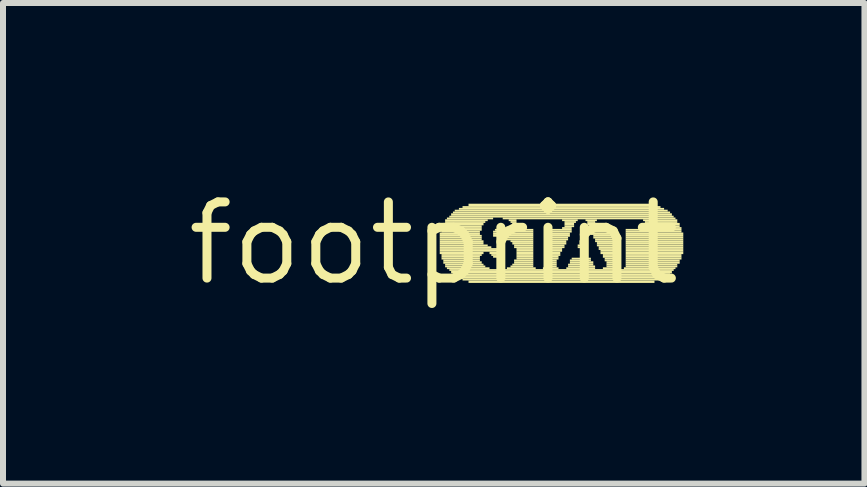
<source format=kicad_pcb>
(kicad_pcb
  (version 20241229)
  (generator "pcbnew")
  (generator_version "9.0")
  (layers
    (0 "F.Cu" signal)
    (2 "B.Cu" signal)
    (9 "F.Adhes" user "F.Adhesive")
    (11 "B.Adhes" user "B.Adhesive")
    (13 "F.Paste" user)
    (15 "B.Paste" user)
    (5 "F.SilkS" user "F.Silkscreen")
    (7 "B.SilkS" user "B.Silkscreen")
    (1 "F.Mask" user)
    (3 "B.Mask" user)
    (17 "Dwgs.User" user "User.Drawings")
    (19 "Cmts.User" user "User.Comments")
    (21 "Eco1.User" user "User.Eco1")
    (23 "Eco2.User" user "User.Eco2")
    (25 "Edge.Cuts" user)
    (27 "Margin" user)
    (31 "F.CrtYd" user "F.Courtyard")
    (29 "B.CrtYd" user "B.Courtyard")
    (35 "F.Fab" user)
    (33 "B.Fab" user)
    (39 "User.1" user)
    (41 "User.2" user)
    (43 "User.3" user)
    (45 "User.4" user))
  (footprint "footprint"
    (layer "F.Cu")
    (at 4.18 1.006)
    (property "Reference" "footprint" (at 0 0 0) (layer "F.SilkS") (effects (font (size 1.27 1.27) (thickness 0.15))))
    (fp_poly (pts (xy 0.1 -0.14) (xy 0.77 -0.14) (xy 0.77 -0.18) (xy 0.1 -0.18)) (stroke (width 0) (type solid)) (fill yes) (layer "F.SilkS"))
    (fp_poly (pts (xy 0.1 -0.11) (xy 0.8 -0.11) (xy 0.8 -0.14) (xy 0.1 -0.14)) (stroke (width 0) (type solid)) (fill yes) (layer "F.SilkS"))
    (fp_poly (pts (xy 0.1 -0.08) (xy 0.8 -0.08) (xy 0.8 -0.11) (xy 0.1 -0.11)) (stroke (width 0) (type solid)) (fill yes) (layer "F.SilkS"))
    (fp_poly (pts (xy 0.1 -0.05) (xy 0.8 -0.05) (xy 0.8 -0.08) (xy 0.1 -0.08)) (stroke (width 0) (type solid)) (fill yes) (layer "F.SilkS"))
    (fp_poly (pts (xy 0.1 -0.02) (xy 0.83 -0.02) (xy 0.83 -0.05) (xy 0.1 -0.05)) (stroke (width 0) (type solid)) (fill yes) (layer "F.SilkS"))
    (fp_poly (pts (xy 0.1 0.02) (xy 0.83 0.02) (xy 0.83 -0.02) (xy 0.1 -0.02)) (stroke (width 0) (type solid)) (fill yes) (layer "F.SilkS"))
    (fp_poly (pts (xy 0.1 0.05) (xy 0.9 0.05) (xy 0.9 0.02) (xy 0.1 0.02)) (stroke (width 0) (type solid)) (fill yes) (layer "F.SilkS"))
    (fp_poly (pts (xy 0.1 0.08) (xy 0.96 0.08) (xy 0.96 0.05) (xy 0.1 0.05)) (stroke (width 0) (type solid)) (fill yes) (layer "F.SilkS"))
    (fp_poly (pts (xy 0.1 0.11) (xy 1.09 0.11) (xy 1.09 0.08) (xy 0.1 0.08)) (stroke (width 0) (type solid)) (fill yes) (layer "F.SilkS"))
    (fp_poly (pts (xy 0.1 0.14) (xy 1.15 0.14) (xy 1.15 0.11) (xy 0.1 0.11)) (stroke (width 0) (type solid)) (fill yes) (layer "F.SilkS"))
    (fp_poly (pts (xy 0.1 0.18) (xy 0.83 0.18) (xy 0.83 0.14) (xy 0.1 0.14)) (stroke (width 0) (type solid)) (fill yes) (layer "F.SilkS"))
    (fp_poly (pts (xy 0.13 -0.24) (xy 0.8 -0.24) (xy 0.8 -0.27) (xy 0.13 -0.27)) (stroke (width 0) (type solid)) (fill yes) (layer "F.SilkS"))
    (fp_poly (pts (xy 0.13 -0.21) (xy 0.8 -0.21) (xy 0.8 -0.24) (xy 0.13 -0.24)) (stroke (width 0) (type solid)) (fill yes) (layer "F.SilkS"))
    (fp_poly (pts (xy 0.13 -0.18) (xy 0.77 -0.18) (xy 0.77 -0.21) (xy 0.13 -0.21)) (stroke (width 0) (type solid)) (fill yes) (layer "F.SilkS"))
    (fp_poly (pts (xy 0.13 0.21) (xy 0.8 0.21) (xy 0.8 0.18) (xy 0.13 0.18)) (stroke (width 0) (type solid)) (fill yes) (layer "F.SilkS"))
    (fp_poly (pts (xy 0.13 0.24) (xy 0.77 0.24) (xy 0.77 0.21) (xy 0.13 0.21)) (stroke (width 0) (type solid)) (fill yes) (layer "F.SilkS"))
    (fp_poly (pts (xy 0.13 0.27) (xy 0.77 0.27) (xy 0.77 0.24) (xy 0.13 0.24)) (stroke (width 0) (type solid)) (fill yes) (layer "F.SilkS"))
    (fp_poly (pts (xy 0.16 -0.3) (xy 0.83 -0.3) (xy 0.83 -0.34) (xy 0.16 -0.34)) (stroke (width 0) (type solid)) (fill yes) (layer "F.SilkS"))
    (fp_poly (pts (xy 0.16 -0.27) (xy 0.8 -0.27) (xy 0.8 -0.3) (xy 0.16 -0.3)) (stroke (width 0) (type solid)) (fill yes) (layer "F.SilkS"))
    (fp_poly (pts (xy 0.16 0.3) (xy 0.77 0.3) (xy 0.77 0.27) (xy 0.16 0.27)) (stroke (width 0) (type solid)) (fill yes) (layer "F.SilkS"))
    (fp_poly (pts (xy 0.16 0.34) (xy 0.8 0.34) (xy 0.8 0.3) (xy 0.16 0.3)) (stroke (width 0) (type solid)) (fill yes) (layer "F.SilkS"))
    (fp_poly (pts (xy 0.19 -0.37) (xy 0.9 -0.37) (xy 0.9 -0.4) (xy 0.19 -0.4)) (stroke (width 0) (type solid)) (fill yes) (layer "F.SilkS"))
    (fp_poly (pts (xy 0.19 -0.34) (xy 0.86 -0.34) (xy 0.86 -0.37) (xy 0.19 -0.37)) (stroke (width 0) (type solid)) (fill yes) (layer "F.SilkS"))
    (fp_poly (pts (xy 0.19 0.37) (xy 0.83 0.37) (xy 0.83 0.34) (xy 0.19 0.34)) (stroke (width 0) (type solid)) (fill yes) (layer "F.SilkS"))
    (fp_poly (pts (xy 0.19 0.4) (xy 0.86 0.4) (xy 0.86 0.37) (xy 0.19 0.37)) (stroke (width 0) (type solid)) (fill yes) (layer "F.SilkS"))
    (fp_poly (pts (xy 0.22 -0.4) (xy 0.99 -0.4) (xy 0.99 -0.43) (xy 0.22 -0.43)) (stroke (width 0) (type solid)) (fill yes) (layer "F.SilkS"))
    (fp_poly (pts (xy 0.22 0.43) (xy 0.93 0.43) (xy 0.93 0.4) (xy 0.22 0.4)) (stroke (width 0) (type solid)) (fill yes) (layer "F.SilkS"))
    (fp_poly (pts (xy 0.26 -0.43) (xy 4 -0.43) (xy 4 -0.46) (xy 0.26 -0.46)) (stroke (width 0) (type solid)) (fill yes) (layer "F.SilkS"))
    (fp_poly (pts (xy 0.26 0.46) (xy 4 0.46) (xy 4 0.43) (xy 0.26 0.43)) (stroke (width 0) (type solid)) (fill yes) (layer "F.SilkS"))
    (fp_poly (pts (xy 0.29 -0.46) (xy 3.97 -0.46) (xy 3.97 -0.5) (xy 0.29 -0.5)) (stroke (width 0) (type solid)) (fill yes) (layer "F.SilkS"))
    (fp_poly (pts (xy 0.29 0.5) (xy 3.97 0.5) (xy 3.97 0.46) (xy 0.29 0.46)) (stroke (width 0) (type solid)) (fill yes) (layer "F.SilkS"))
    (fp_poly (pts (xy 0.32 -0.5) (xy 3.94 -0.5) (xy 3.94 -0.53) (xy 0.32 -0.53)) (stroke (width 0) (type solid)) (fill yes) (layer "F.SilkS"))
    (fp_poly (pts (xy 0.32 0.53) (xy 3.94 0.53) (xy 3.94 0.5) (xy 0.32 0.5)) (stroke (width 0) (type solid)) (fill yes) (layer "F.SilkS"))
    (fp_poly (pts (xy 0.35 -0.53) (xy 3.9 -0.53) (xy 3.9 -0.56) (xy 0.35 -0.56)) (stroke (width 0) (type solid)) (fill yes) (layer "F.SilkS"))
    (fp_poly (pts (xy 0.35 0.56) (xy 3.9 0.56) (xy 3.9 0.53) (xy 0.35 0.53)) (stroke (width 0) (type solid)) (fill yes) (layer "F.SilkS"))
    (fp_poly (pts (xy 0.42 -0.56) (xy 3.84 -0.56) (xy 3.84 -0.59) (xy 0.42 -0.59)) (stroke (width 0) (type solid)) (fill yes) (layer "F.SilkS"))
    (fp_poly (pts (xy 0.42 0.59) (xy 3.84 0.59) (xy 3.84 0.56) (xy 0.42 0.56)) (stroke (width 0) (type solid)) (fill yes) (layer "F.SilkS"))
    (fp_poly (pts (xy 0.48 -0.59) (xy 3.78 -0.59) (xy 3.78 -0.62) (xy 0.48 -0.62)) (stroke (width 0) (type solid)) (fill yes) (layer "F.SilkS"))
    (fp_poly (pts (xy 0.48 0.62) (xy 3.78 0.62) (xy 3.78 0.59) (xy 0.48 0.59)) (stroke (width 0) (type solid)) (fill yes) (layer "F.SilkS"))
    (fp_poly (pts (xy 0.58 -0.62) (xy 3.68 -0.62) (xy 3.68 -0.66) (xy 0.58 -0.66)) (stroke (width 0) (type solid)) (fill yes) (layer "F.SilkS"))
    (fp_poly (pts (xy 0.58 0.66) (xy 3.68 0.66) (xy 3.68 0.62) (xy 0.58 0.62)) (stroke (width 0) (type solid)) (fill yes) (layer "F.SilkS"))
    (fp_poly (pts (xy 0.93 0.18) (xy 1.18 0.18) (xy 1.18 0.14) (xy 0.93 0.14)) (stroke (width 0) (type solid)) (fill yes) (layer "F.SilkS"))
    (fp_poly (pts (xy 0.96 0.21) (xy 1.18 0.21) (xy 1.18 0.18) (xy 0.96 0.18)) (stroke (width 0) (type solid)) (fill yes) (layer "F.SilkS"))
    (fp_poly (pts (xy 0.99 -0.18) (xy 1.18 -0.18) (xy 1.18 -0.21) (xy 0.99 -0.21)) (stroke (width 0) (type solid)) (fill yes) (layer "F.SilkS"))
    (fp_poly (pts (xy 0.99 -0.14) (xy 1.66 -0.14) (xy 1.66 -0.18) (xy 0.99 -0.18)) (stroke (width 0) (type solid)) (fill yes) (layer "F.SilkS"))
    (fp_poly (pts (xy 0.99 -0.11) (xy 1.66 -0.11) (xy 1.66 -0.14) (xy 0.99 -0.14)) (stroke (width 0) (type solid)) (fill yes) (layer "F.SilkS"))
    (fp_poly (pts (xy 0.99 0.24) (xy 1.15 0.24) (xy 1.15 0.21) (xy 0.99 0.21)) (stroke (width 0) (type solid)) (fill yes) (layer "F.SilkS"))
    (fp_poly (pts (xy 1.02 -0.21) (xy 1.12 -0.21) (xy 1.12 -0.24) (xy 1.02 -0.24)) (stroke (width 0) (type solid)) (fill yes) (layer "F.SilkS"))
    (fp_poly (pts (xy 1.06 -0.08) (xy 1.66 -0.08) (xy 1.66 -0.11) (xy 1.06 -0.11)) (stroke (width 0) (type solid)) (fill yes) (layer "F.SilkS"))
    (fp_poly (pts (xy 1.15 -0.4) (xy 4.03 -0.4) (xy 4.03 -0.43) (xy 1.15 -0.43)) (stroke (width 0) (type solid)) (fill yes) (layer "F.SilkS"))
    (fp_poly (pts (xy 1.18 -0.05) (xy 1.66 -0.05) (xy 1.66 -0.08) (xy 1.18 -0.08)) (stroke (width 0) (type solid)) (fill yes) (layer "F.SilkS"))
    (fp_poly (pts (xy 1.22 0.43) (xy 1.7 0.43) (xy 1.7 0.4) (xy 1.22 0.4)) (stroke (width 0) (type solid)) (fill yes) (layer "F.SilkS"))
    (fp_poly (pts (xy 1.25 -0.37) (xy 1.38 -0.37) (xy 1.38 -0.4) (xy 1.25 -0.4)) (stroke (width 0) (type solid)) (fill yes) (layer "F.SilkS"))
    (fp_poly (pts (xy 1.28 -0.34) (xy 1.38 -0.34) (xy 1.38 -0.37) (xy 1.28 -0.37)) (stroke (width 0) (type solid)) (fill yes) (layer "F.SilkS"))
    (fp_poly (pts (xy 1.28 -0.21) (xy 1.66 -0.21) (xy 1.66 -0.24) (xy 1.28 -0.24)) (stroke (width 0) (type solid)) (fill yes) (layer "F.SilkS"))
    (fp_poly (pts (xy 1.28 -0.18) (xy 1.66 -0.18) (xy 1.66 -0.21) (xy 1.28 -0.21)) (stroke (width 0) (type solid)) (fill yes) (layer "F.SilkS"))
    (fp_poly (pts (xy 1.28 -0.02) (xy 1.66 -0.02) (xy 1.66 -0.05) (xy 1.28 -0.05)) (stroke (width 0) (type solid)) (fill yes) (layer "F.SilkS"))
    (fp_poly (pts (xy 1.28 0.4) (xy 1.66 0.4) (xy 1.66 0.37) (xy 1.28 0.37)) (stroke (width 0) (type solid)) (fill yes) (layer "F.SilkS"))
    (fp_poly (pts (xy 1.31 -0.3) (xy 1.38 -0.3) (xy 1.38 -0.34) (xy 1.31 -0.34)) (stroke (width 0) (type solid)) (fill yes) (layer "F.SilkS"))
    (fp_poly (pts (xy 1.31 -0.27) (xy 1.38 -0.27) (xy 1.38 -0.3) (xy 1.31 -0.3)) (stroke (width 0) (type solid)) (fill yes) (layer "F.SilkS"))
    (fp_poly (pts (xy 1.31 -0.24) (xy 1.41 -0.24) (xy 1.41 -0.27) (xy 1.31 -0.27)) (stroke (width 0) (type solid)) (fill yes) (layer "F.SilkS"))
    (fp_poly (pts (xy 1.31 0.02) (xy 1.66 0.02) (xy 1.66 -0.02) (xy 1.31 -0.02)) (stroke (width 0) (type solid)) (fill yes) (layer "F.SilkS"))
    (fp_poly (pts (xy 1.31 0.37) (xy 1.66 0.37) (xy 1.66 0.34) (xy 1.31 0.34)) (stroke (width 0) (type solid)) (fill yes) (layer "F.SilkS"))
    (fp_poly (pts (xy 1.34 0.05) (xy 1.66 0.05) (xy 1.66 0.02) (xy 1.34 0.02)) (stroke (width 0) (type solid)) (fill yes) (layer "F.SilkS"))
    (fp_poly (pts (xy 1.34 0.08) (xy 1.66 0.08) (xy 1.66 0.05) (xy 1.34 0.05)) (stroke (width 0) (type solid)) (fill yes) (layer "F.SilkS"))
    (fp_poly (pts (xy 1.34 0.3) (xy 1.66 0.3) (xy 1.66 0.27) (xy 1.34 0.27)) (stroke (width 0) (type solid)) (fill yes) (layer "F.SilkS"))
    (fp_poly (pts (xy 1.34 0.34) (xy 1.66 0.34) (xy 1.66 0.3) (xy 1.34 0.3)) (stroke (width 0) (type solid)) (fill yes) (layer "F.SilkS"))
    (fp_poly (pts (xy 1.38 0.11) (xy 1.66 0.11) (xy 1.66 0.08) (xy 1.38 0.08)) (stroke (width 0) (type solid)) (fill yes) (layer "F.SilkS"))
    (fp_poly (pts (xy 1.38 0.14) (xy 1.66 0.14) (xy 1.66 0.11) (xy 1.38 0.11)) (stroke (width 0) (type solid)) (fill yes) (layer "F.SilkS"))
    (fp_poly (pts (xy 1.38 0.18) (xy 1.66 0.18) (xy 1.66 0.14) (xy 1.38 0.14)) (stroke (width 0) (type solid)) (fill yes) (layer "F.SilkS"))
    (fp_poly (pts (xy 1.38 0.21) (xy 1.66 0.21) (xy 1.66 0.18) (xy 1.38 0.18)) (stroke (width 0) (type solid)) (fill yes) (layer "F.SilkS"))
    (fp_poly (pts (xy 1.38 0.24) (xy 1.66 0.24) (xy 1.66 0.21) (xy 1.38 0.21)) (stroke (width 0) (type solid)) (fill yes) (layer "F.SilkS"))
    (fp_poly (pts (xy 1.38 0.27) (xy 1.66 0.27) (xy 1.66 0.24) (xy 1.38 0.24)) (stroke (width 0) (type solid)) (fill yes) (layer "F.SilkS"))
    (fp_poly (pts (xy 1.82 0.43) (xy 2.08 0.43) (xy 2.08 0.4) (xy 1.82 0.4)) (stroke (width 0) (type solid)) (fill yes) (layer "F.SilkS"))
    (fp_poly (pts (xy 1.86 -0.21) (xy 2.3 -0.21) (xy 2.3 -0.24) (xy 1.86 -0.24)) (stroke (width 0) (type solid)) (fill yes) (layer "F.SilkS"))
    (fp_poly (pts (xy 1.86 -0.18) (xy 2.3 -0.18) (xy 2.3 -0.21) (xy 1.86 -0.21)) (stroke (width 0) (type solid)) (fill yes) (layer "F.SilkS"))
    (fp_poly (pts (xy 1.86 -0.14) (xy 2.27 -0.14) (xy 2.27 -0.18) (xy 1.86 -0.18)) (stroke (width 0) (type solid)) (fill yes) (layer "F.SilkS"))
    (fp_poly (pts (xy 1.86 -0.11) (xy 2.27 -0.11) (xy 2.27 -0.14) (xy 1.86 -0.14)) (stroke (width 0) (type solid)) (fill yes) (layer "F.SilkS"))
    (fp_poly (pts (xy 1.86 -0.08) (xy 2.24 -0.08) (xy 2.24 -0.11) (xy 1.86 -0.11)) (stroke (width 0) (type solid)) (fill yes) (layer "F.SilkS"))
    (fp_poly (pts (xy 1.86 -0.05) (xy 2.24 -0.05) (xy 2.24 -0.08) (xy 1.86 -0.08)) (stroke (width 0) (type solid)) (fill yes) (layer "F.SilkS"))
    (fp_poly (pts (xy 1.86 -0.02) (xy 2.21 -0.02) (xy 2.21 -0.05) (xy 1.86 -0.05)) (stroke (width 0) (type solid)) (fill yes) (layer "F.SilkS"))
    (fp_poly (pts (xy 1.86 0.02) (xy 2.21 0.02) (xy 2.21 -0.02) (xy 1.86 -0.02)) (stroke (width 0) (type solid)) (fill yes) (layer "F.SilkS"))
    (fp_poly (pts (xy 1.86 0.05) (xy 2.18 0.05) (xy 2.18 0.02) (xy 1.86 0.02)) (stroke (width 0) (type solid)) (fill yes) (layer "F.SilkS"))
    (fp_poly (pts (xy 1.86 0.08) (xy 2.18 0.08) (xy 2.18 0.05) (xy 1.86 0.05)) (stroke (width 0) (type solid)) (fill yes) (layer "F.SilkS"))
    (fp_poly (pts (xy 1.86 0.11) (xy 2.14 0.11) (xy 2.14 0.08) (xy 1.86 0.08)) (stroke (width 0) (type solid)) (fill yes) (layer "F.SilkS"))
    (fp_poly (pts (xy 1.86 0.14) (xy 2.14 0.14) (xy 2.14 0.11) (xy 1.86 0.11)) (stroke (width 0) (type solid)) (fill yes) (layer "F.SilkS"))
    (fp_poly (pts (xy 1.86 0.18) (xy 2.11 0.18) (xy 2.11 0.14) (xy 1.86 0.14)) (stroke (width 0) (type solid)) (fill yes) (layer "F.SilkS"))
    (fp_poly (pts (xy 1.86 0.21) (xy 2.11 0.21) (xy 2.11 0.18) (xy 1.86 0.18)) (stroke (width 0) (type solid)) (fill yes) (layer "F.SilkS"))
    (fp_poly (pts (xy 1.86 0.24) (xy 2.08 0.24) (xy 2.08 0.21) (xy 1.86 0.21)) (stroke (width 0) (type solid)) (fill yes) (layer "F.SilkS"))
    (fp_poly (pts (xy 1.86 0.27) (xy 2.08 0.27) (xy 2.08 0.24) (xy 1.86 0.24)) (stroke (width 0) (type solid)) (fill yes) (layer "F.SilkS"))
    (fp_poly (pts (xy 1.86 0.3) (xy 2.05 0.3) (xy 2.05 0.27) (xy 1.86 0.27)) (stroke (width 0) (type solid)) (fill yes) (layer "F.SilkS"))
    (fp_poly (pts (xy 1.86 0.34) (xy 2.05 0.34) (xy 2.05 0.3) (xy 1.86 0.3)) (stroke (width 0) (type solid)) (fill yes) (layer "F.SilkS"))
    (fp_poly (pts (xy 1.86 0.37) (xy 2.05 0.37) (xy 2.05 0.34) (xy 1.86 0.34)) (stroke (width 0) (type solid)) (fill yes) (layer "F.SilkS"))
    (fp_poly (pts (xy 1.86 0.4) (xy 2.05 0.4) (xy 2.05 0.37) (xy 1.86 0.37)) (stroke (width 0) (type solid)) (fill yes) (layer "F.SilkS"))
    (fp_poly (pts (xy 2.14 -0.37) (xy 2.4 -0.37) (xy 2.4 -0.4) (xy 2.14 -0.4)) (stroke (width 0) (type solid)) (fill yes) (layer "F.SilkS"))
    (fp_poly (pts (xy 2.14 -0.24) (xy 2.3 -0.24) (xy 2.3 -0.27) (xy 2.14 -0.27)) (stroke (width 0) (type solid)) (fill yes) (layer "F.SilkS"))
    (fp_poly (pts (xy 2.18 -0.34) (xy 2.37 -0.34) (xy 2.37 -0.37) (xy 2.18 -0.37)) (stroke (width 0) (type solid)) (fill yes) (layer "F.SilkS"))
    (fp_poly (pts (xy 2.18 -0.3) (xy 2.34 -0.3) (xy 2.34 -0.34) (xy 2.18 -0.34)) (stroke (width 0) (type solid)) (fill yes) (layer "F.SilkS"))
    (fp_poly (pts (xy 2.18 -0.27) (xy 2.34 -0.27) (xy 2.34 -0.3) (xy 2.18 -0.3)) (stroke (width 0) (type solid)) (fill yes) (layer "F.SilkS"))
    (fp_poly (pts (xy 2.21 0.43) (xy 2.69 0.43) (xy 2.69 0.4) (xy 2.21 0.4)) (stroke (width 0) (type solid)) (fill yes) (layer "F.SilkS"))
    (fp_poly (pts (xy 2.24 0.37) (xy 2.66 0.37) (xy 2.66 0.34) (xy 2.24 0.34)) (stroke (width 0) (type solid)) (fill yes) (layer "F.SilkS"))
    (fp_poly (pts (xy 2.24 0.4) (xy 2.69 0.4) (xy 2.69 0.37) (xy 2.24 0.37)) (stroke (width 0) (type solid)) (fill yes) (layer "F.SilkS"))
    (fp_poly (pts (xy 2.27 0.3) (xy 2.62 0.3) (xy 2.62 0.27) (xy 2.27 0.27)) (stroke (width 0) (type solid)) (fill yes) (layer "F.SilkS"))
    (fp_poly (pts (xy 2.27 0.34) (xy 2.66 0.34) (xy 2.66 0.3) (xy 2.27 0.3)) (stroke (width 0) (type solid)) (fill yes) (layer "F.SilkS"))
    (fp_poly (pts (xy 2.3 0.27) (xy 2.62 0.27) (xy 2.62 0.24) (xy 2.3 0.24)) (stroke (width 0) (type solid)) (fill yes) (layer "F.SilkS"))
    (fp_poly (pts (xy 2.4 0.05) (xy 2.5 0.05) (xy 2.5 0.02) (xy 2.4 0.02)) (stroke (width 0) (type solid)) (fill yes) (layer "F.SilkS"))
    (fp_poly (pts (xy 2.4 0.08) (xy 2.53 0.08) (xy 2.53 0.05) (xy 2.4 0.05)) (stroke (width 0) (type solid)) (fill yes) (layer "F.SilkS"))
    (fp_poly (pts (xy 2.43 -0.02) (xy 2.5 -0.02) (xy 2.5 -0.05) (xy 2.43 -0.05)) (stroke (width 0) (type solid)) (fill yes) (layer "F.SilkS"))
    (fp_poly (pts (xy 2.43 0.02) (xy 2.5 0.02) (xy 2.5 -0.02) (xy 2.43 -0.02)) (stroke (width 0) (type solid)) (fill yes) (layer "F.SilkS"))
    (fp_poly (pts (xy 2.53 -0.37) (xy 2.72 -0.37) (xy 2.72 -0.4) (xy 2.53 -0.4)) (stroke (width 0) (type solid)) (fill yes) (layer "F.SilkS"))
    (fp_poly (pts (xy 2.56 -0.34) (xy 2.69 -0.34) (xy 2.69 -0.37) (xy 2.56 -0.37)) (stroke (width 0) (type solid)) (fill yes) (layer "F.SilkS"))
    (fp_poly (pts (xy 2.56 -0.3) (xy 2.69 -0.3) (xy 2.69 -0.34) (xy 2.56 -0.34)) (stroke (width 0) (type solid)) (fill yes) (layer "F.SilkS"))
    (fp_poly (pts (xy 2.59 -0.27) (xy 2.72 -0.27) (xy 2.72 -0.3) (xy 2.59 -0.3)) (stroke (width 0) (type solid)) (fill yes) (layer "F.SilkS"))
    (fp_poly (pts (xy 2.59 -0.24) (xy 2.72 -0.24) (xy 2.72 -0.27) (xy 2.59 -0.27)) (stroke (width 0) (type solid)) (fill yes) (layer "F.SilkS"))
    (fp_poly (pts (xy 2.62 -0.21) (xy 3.01 -0.21) (xy 3.01 -0.24) (xy 2.62 -0.24)) (stroke (width 0) (type solid)) (fill yes) (layer "F.SilkS"))
    (fp_poly (pts (xy 2.62 -0.18) (xy 3.01 -0.18) (xy 3.01 -0.21) (xy 2.62 -0.21)) (stroke (width 0) (type solid)) (fill yes) (layer "F.SilkS"))
    (fp_poly (pts (xy 2.62 -0.14) (xy 3.01 -0.14) (xy 3.01 -0.18) (xy 2.62 -0.18)) (stroke (width 0) (type solid)) (fill yes) (layer "F.SilkS"))
    (fp_poly (pts (xy 2.66 -0.11) (xy 3.01 -0.11) (xy 3.01 -0.14) (xy 2.66 -0.14)) (stroke (width 0) (type solid)) (fill yes) (layer "F.SilkS"))
    (fp_poly (pts (xy 2.66 -0.08) (xy 3.01 -0.08) (xy 3.01 -0.11) (xy 2.66 -0.11)) (stroke (width 0) (type solid)) (fill yes) (layer "F.SilkS"))
    (fp_poly (pts (xy 2.69 -0.05) (xy 3.01 -0.05) (xy 3.01 -0.08) (xy 2.69 -0.08)) (stroke (width 0) (type solid)) (fill yes) (layer "F.SilkS"))
    (fp_poly (pts (xy 2.69 -0.02) (xy 3.01 -0.02) (xy 3.01 -0.05) (xy 2.69 -0.05)) (stroke (width 0) (type solid)) (fill yes) (layer "F.SilkS"))
    (fp_poly (pts (xy 2.72 0.02) (xy 3.01 0.02) (xy 3.01 -0.02) (xy 2.72 -0.02)) (stroke (width 0) (type solid)) (fill yes) (layer "F.SilkS"))
    (fp_poly (pts (xy 2.72 0.05) (xy 3.01 0.05) (xy 3.01 0.02) (xy 2.72 0.02)) (stroke (width 0) (type solid)) (fill yes) (layer "F.SilkS"))
    (fp_poly (pts (xy 2.75 0.08) (xy 3.01 0.08) (xy 3.01 0.05) (xy 2.75 0.05)) (stroke (width 0) (type solid)) (fill yes) (layer "F.SilkS"))
    (fp_poly (pts (xy 2.75 0.11) (xy 3.01 0.11) (xy 3.01 0.08) (xy 2.75 0.08)) (stroke (width 0) (type solid)) (fill yes) (layer "F.SilkS"))
    (fp_poly (pts (xy 2.78 0.14) (xy 3.01 0.14) (xy 3.01 0.11) (xy 2.78 0.11)) (stroke (width 0) (type solid)) (fill yes) (layer "F.SilkS"))
    (fp_poly (pts (xy 2.78 0.18) (xy 3.01 0.18) (xy 3.01 0.14) (xy 2.78 0.14)) (stroke (width 0) (type solid)) (fill yes) (layer "F.SilkS"))
    (fp_poly (pts (xy 2.82 0.21) (xy 3.01 0.21) (xy 3.01 0.18) (xy 2.82 0.18)) (stroke (width 0) (type solid)) (fill yes) (layer "F.SilkS"))
    (fp_poly (pts (xy 2.82 0.24) (xy 3.01 0.24) (xy 3.01 0.21) (xy 2.82 0.21)) (stroke (width 0) (type solid)) (fill yes) (layer "F.SilkS"))
    (fp_poly (pts (xy 2.82 0.43) (xy 3.04 0.43) (xy 3.04 0.4) (xy 2.82 0.4)) (stroke (width 0) (type solid)) (fill yes) (layer "F.SilkS"))
    (fp_poly (pts (xy 2.85 0.27) (xy 3.01 0.27) (xy 3.01 0.24) (xy 2.85 0.24)) (stroke (width 0) (type solid)) (fill yes) (layer "F.SilkS"))
    (fp_poly (pts (xy 2.85 0.3) (xy 3.01 0.3) (xy 3.01 0.27) (xy 2.85 0.27)) (stroke (width 0) (type solid)) (fill yes) (layer "F.SilkS"))
    (fp_poly (pts (xy 2.88 0.34) (xy 3.01 0.34) (xy 3.01 0.3) (xy 2.88 0.3)) (stroke (width 0) (type solid)) (fill yes) (layer "F.SilkS"))
    (fp_poly (pts (xy 2.88 0.37) (xy 3.01 0.37) (xy 3.01 0.34) (xy 2.88 0.34)) (stroke (width 0) (type solid)) (fill yes) (layer "F.SilkS"))
    (fp_poly (pts (xy 2.88 0.4) (xy 3.01 0.4) (xy 3.01 0.37) (xy 2.88 0.37)) (stroke (width 0) (type solid)) (fill yes) (layer "F.SilkS"))
    (fp_poly (pts (xy 3.17 0.43) (xy 4.03 0.43) (xy 4.03 0.4) (xy 3.17 0.4)) (stroke (width 0) (type solid)) (fill yes) (layer "F.SilkS"))
    (fp_poly (pts (xy 3.2 -0.21) (xy 4.13 -0.21) (xy 4.13 -0.24) (xy 3.2 -0.24)) (stroke (width 0) (type solid)) (fill yes) (layer "F.SilkS"))
    (fp_poly (pts (xy 3.2 -0.18) (xy 4.13 -0.18) (xy 4.13 -0.21) (xy 3.2 -0.21)) (stroke (width 0) (type solid)) (fill yes) (layer "F.SilkS"))
    (fp_poly (pts (xy 3.2 -0.14) (xy 4.16 -0.14) (xy 4.16 -0.18) (xy 3.2 -0.18)) (stroke (width 0) (type solid)) (fill yes) (layer "F.SilkS"))
    (fp_poly (pts (xy 3.2 -0.11) (xy 4.16 -0.11) (xy 4.16 -0.14) (xy 3.2 -0.14)) (stroke (width 0) (type solid)) (fill yes) (layer "F.SilkS"))
    (fp_poly (pts (xy 3.2 -0.08) (xy 4.16 -0.08) (xy 4.16 -0.11) (xy 3.2 -0.11)) (stroke (width 0) (type solid)) (fill yes) (layer "F.SilkS"))
    (fp_poly (pts (xy 3.2 -0.05) (xy 4.16 -0.05) (xy 4.16 -0.08) (xy 3.2 -0.08)) (stroke (width 0) (type solid)) (fill yes) (layer "F.SilkS"))
    (fp_poly (pts (xy 3.2 -0.02) (xy 4.16 -0.02) (xy 4.16 -0.05) (xy 3.2 -0.05)) (stroke (width 0) (type solid)) (fill yes) (layer "F.SilkS"))
    (fp_poly (pts (xy 3.2 0.02) (xy 4.16 0.02) (xy 4.16 -0.02) (xy 3.2 -0.02)) (stroke (width 0) (type solid)) (fill yes) (layer "F.SilkS"))
    (fp_poly (pts (xy 3.2 0.05) (xy 4.16 0.05) (xy 4.16 0.02) (xy 3.2 0.02)) (stroke (width 0) (type solid)) (fill yes) (layer "F.SilkS"))
    (fp_poly (pts (xy 3.2 0.08) (xy 4.16 0.08) (xy 4.16 0.05) (xy 3.2 0.05)) (stroke (width 0) (type solid)) (fill yes) (layer "F.SilkS"))
    (fp_poly (pts (xy 3.2 0.11) (xy 4.16 0.11) (xy 4.16 0.08) (xy 3.2 0.08)) (stroke (width 0) (type solid)) (fill yes) (layer "F.SilkS"))
    (fp_poly (pts (xy 3.2 0.14) (xy 4.16 0.14) (xy 4.16 0.11) (xy 3.2 0.11)) (stroke (width 0) (type solid)) (fill yes) (layer "F.SilkS"))
    (fp_poly (pts (xy 3.2 0.18) (xy 4.16 0.18) (xy 4.16 0.14) (xy 3.2 0.14)) (stroke (width 0) (type solid)) (fill yes) (layer "F.SilkS"))
    (fp_poly (pts (xy 3.2 0.21) (xy 4.13 0.21) (xy 4.13 0.18) (xy 3.2 0.18)) (stroke (width 0) (type solid)) (fill yes) (layer "F.SilkS"))
    (fp_poly (pts (xy 3.2 0.24) (xy 4.13 0.24) (xy 4.13 0.21) (xy 3.2 0.21)) (stroke (width 0) (type solid)) (fill yes) (layer "F.SilkS"))
    (fp_poly (pts (xy 3.2 0.27) (xy 4.13 0.27) (xy 4.13 0.24) (xy 3.2 0.24)) (stroke (width 0) (type solid)) (fill yes) (layer "F.SilkS"))
    (fp_poly (pts (xy 3.2 0.3) (xy 4.1 0.3) (xy 4.1 0.27) (xy 3.2 0.27)) (stroke (width 0) (type solid)) (fill yes) (layer "F.SilkS"))
    (fp_poly (pts (xy 3.2 0.34) (xy 4.1 0.34) (xy 4.1 0.3) (xy 3.2 0.3)) (stroke (width 0) (type solid)) (fill yes) (layer "F.SilkS"))
    (fp_poly (pts (xy 3.2 0.37) (xy 4.06 0.37) (xy 4.06 0.34) (xy 3.2 0.34)) (stroke (width 0) (type solid)) (fill yes) (layer "F.SilkS"))
    (fp_poly (pts (xy 3.2 0.4) (xy 4.06 0.4) (xy 4.06 0.37) (xy 3.2 0.37)) (stroke (width 0) (type solid)) (fill yes) (layer "F.SilkS"))
    (fp_poly (pts (xy 3.49 -0.37) (xy 4.06 -0.37) (xy 4.06 -0.4) (xy 3.49 -0.4)) (stroke (width 0) (type solid)) (fill yes) (layer "F.SilkS"))
    (fp_poly (pts (xy 3.49 -0.27) (xy 4.1 -0.27) (xy 4.1 -0.3) (xy 3.49 -0.3)) (stroke (width 0) (type solid)) (fill yes) (layer "F.SilkS"))
    (fp_poly (pts (xy 3.49 -0.24) (xy 4.13 -0.24) (xy 4.13 -0.27) (xy 3.49 -0.27)) (stroke (width 0) (type solid)) (fill yes) (layer "F.SilkS"))
    (fp_poly (pts (xy 3.52 -0.34) (xy 4.06 -0.34) (xy 4.06 -0.37) (xy 3.52 -0.37)) (stroke (width 0) (type solid)) (fill yes) (layer "F.SilkS"))
    (fp_poly (pts (xy 3.52 -0.3) (xy 4.1 -0.3) (xy 4.1 -0.34) (xy 3.52 -0.34)) (stroke (width 0) (type solid)) (fill yes) (layer "F.SilkS")))
  (gr_rect
    (start -3 -3)
    (end 11.36 5.012)
    (stroke (width 0.1) (type default))
    (fill no)
    (layer "Edge.Cuts")))
</source>
